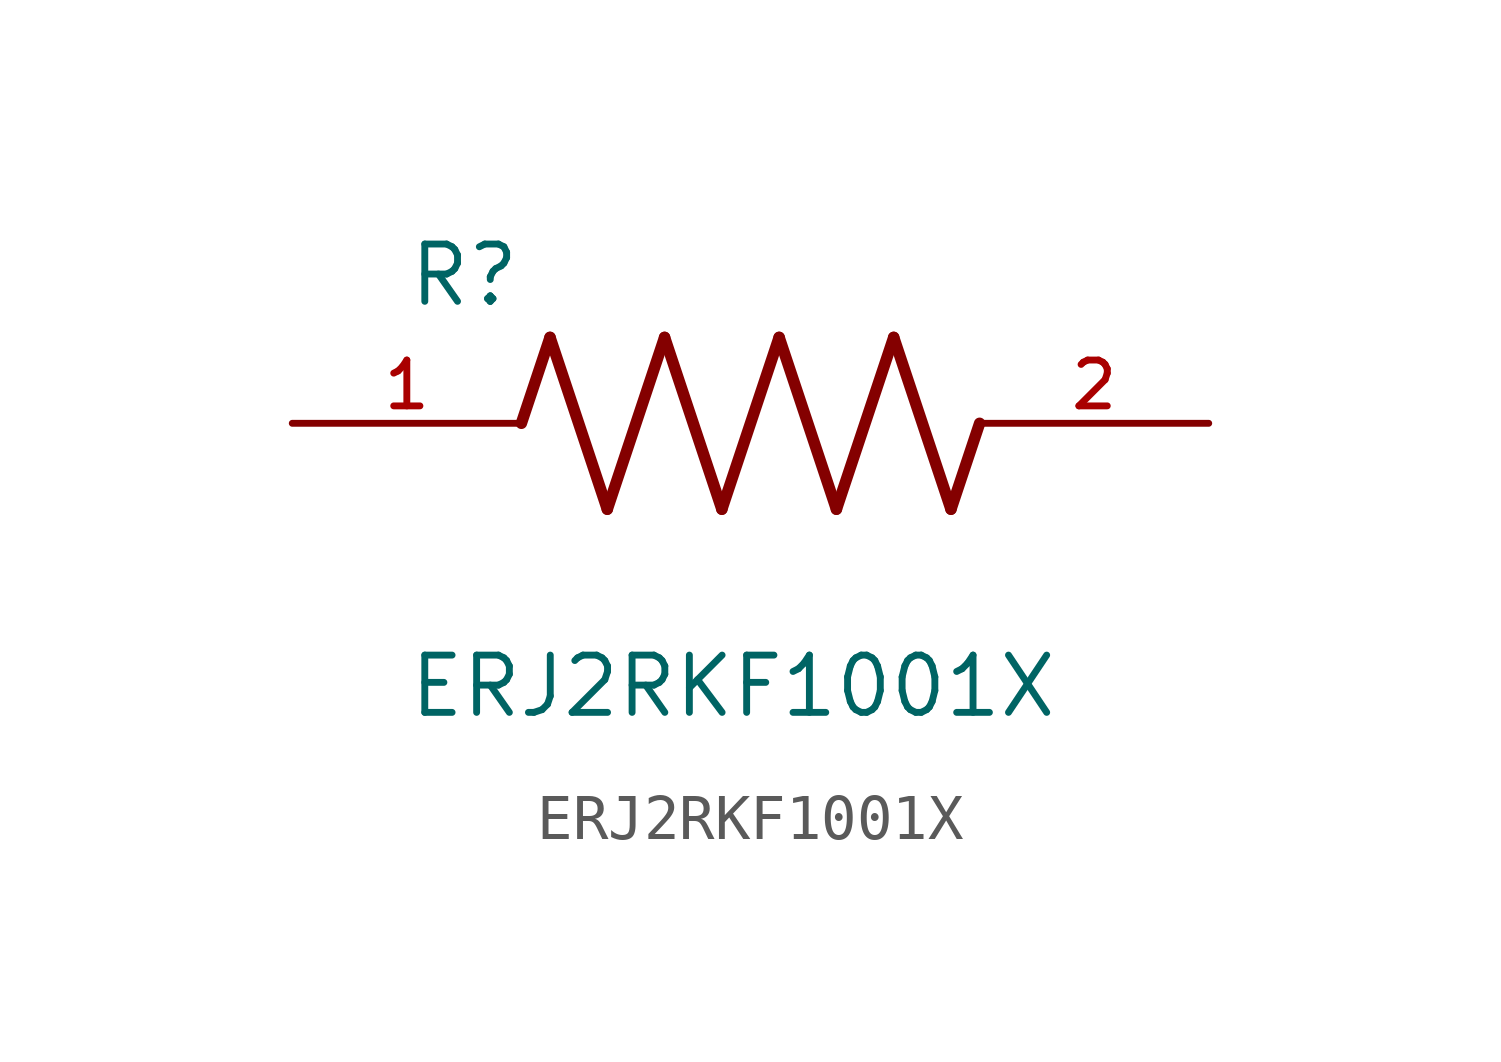
<source format=kicad_sym>
(kicad_symbol_lib
  (version 20211014)
  (generator kicad_symbol_editor)
  (symbol "ERJ2RKF1001X"
    (pin_names
      (offset 1.016))
    (property "Reference" "R"
      (at -7.624 2.541 0)
      (effects (font (size 1.27 1.27)) (justify bottom left)))
    (property "Value" "ERJ2RKF1001X"
      (at -7.624 -5.087 0)
      (effects (font (size 1.27 1.27)) (justify top left)))
    (symbol "ERJ2RKF1001X_0_0"
      (polyline (pts (xy -5.08 0.0) (xy -4.445 1.905)) (stroke (width 0.254)))
      (polyline (pts (xy -4.445 1.905) (xy -3.175 -1.905)) (stroke (width 0.254)))
      (polyline (pts (xy -3.175 -1.905) (xy -1.905 1.905)) (stroke (width 0.254)))
      (polyline (pts (xy -1.905 1.905) (xy -0.635 -1.905)) (stroke (width 0.254)))
      (polyline (pts (xy -0.635 -1.905) (xy 0.635 1.905)) (stroke (width 0.254)))
      (polyline (pts (xy 0.635 1.905) (xy 1.905 -1.905)) (stroke (width 0.254)))
      (polyline (pts (xy 1.905 -1.905) (xy 3.175 1.905)) (stroke (width 0.254)))
      (polyline (pts (xy 3.175 1.905) (xy 4.445 -1.905)) (stroke (width 0.254)))
      (polyline (pts (xy 4.445 -1.905) (xy 5.08 0.0)) (stroke (width 0.254)))
      (pin passive line (at -10.16 0.0 0) (length 5.08) (name "~" (effects (font (size 1.016 1.016)))) (number "1" (effects (font (size 1.016 1.016)))))
      (pin passive line (at 10.16 0.0 180.0) (length 5.08) (name "~" (effects (font (size 1.016 1.016)))) (number "2" (effects (font (size 1.016 1.016))))))))
</source>
